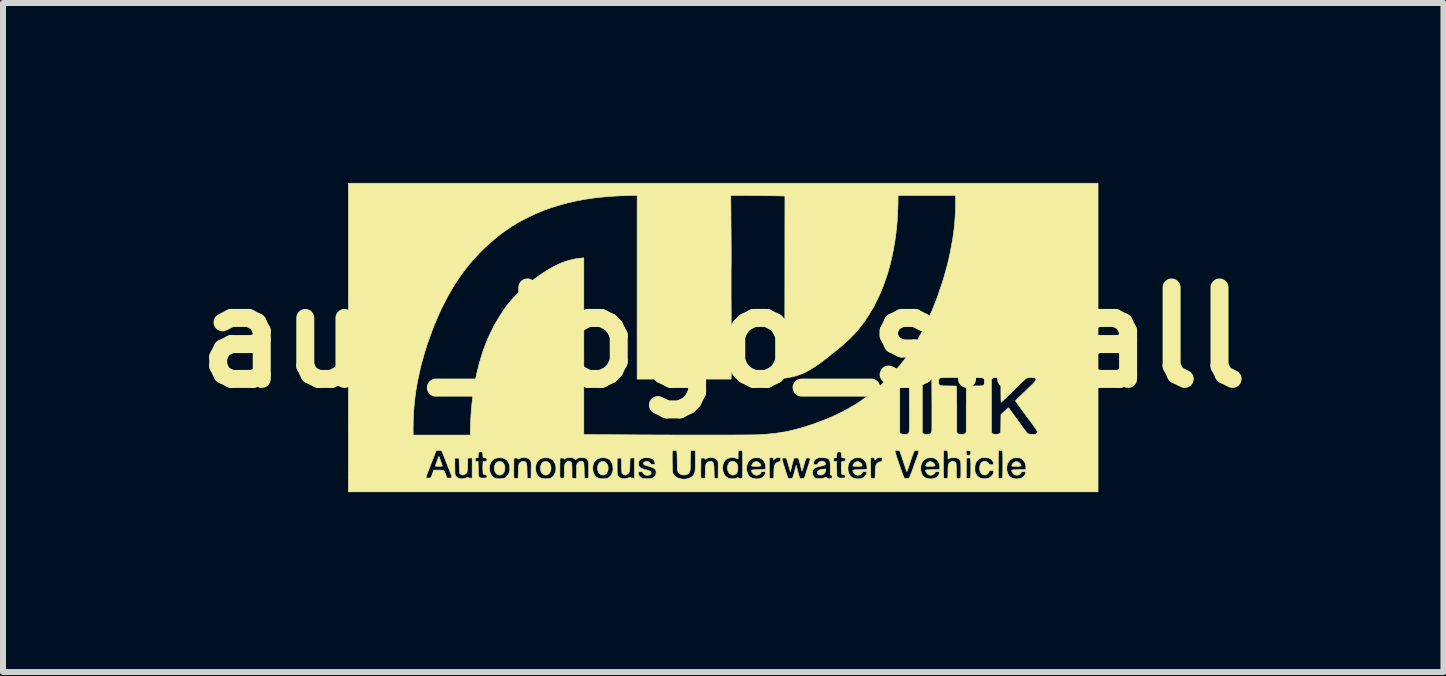
<source format=kicad_pcb>
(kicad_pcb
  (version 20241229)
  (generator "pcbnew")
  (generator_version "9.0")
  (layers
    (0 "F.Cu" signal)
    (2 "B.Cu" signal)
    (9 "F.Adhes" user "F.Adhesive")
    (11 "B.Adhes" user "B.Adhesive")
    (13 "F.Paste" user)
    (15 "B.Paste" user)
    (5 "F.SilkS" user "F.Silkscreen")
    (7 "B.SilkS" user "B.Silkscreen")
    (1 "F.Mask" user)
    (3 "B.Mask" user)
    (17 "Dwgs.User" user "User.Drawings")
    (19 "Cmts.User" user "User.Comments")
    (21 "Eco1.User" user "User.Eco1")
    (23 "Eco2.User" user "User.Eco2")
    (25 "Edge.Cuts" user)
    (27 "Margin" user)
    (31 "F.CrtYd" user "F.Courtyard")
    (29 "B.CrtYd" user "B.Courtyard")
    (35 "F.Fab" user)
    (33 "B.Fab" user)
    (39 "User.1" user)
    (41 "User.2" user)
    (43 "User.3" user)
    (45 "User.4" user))
  (footprint "auv_logo_small"
    (layer "F.Cu")
    (at 9.006 2.577)
    (property "Reference" "auv_logo_small" (at 0 0 0) (layer "F.SilkS") (effects (font (size 1.524 1.524) (thickness 0.3))))
    (attr through_hole)
    (fp_poly (pts (xy 1.708 2.211) (xy 1.702 2.239) (xy 1.687 2.263) (xy 1.664 2.281) (xy 1.637 2.291) (xy 1.609 2.291) (xy 1.589 2.285) (xy 1.575 2.271) (xy 1.57 2.253) (xy 1.574 2.232) (xy 1.576 2.229) (xy 1.588 2.216) (xy 1.608 2.206) (xy 1.638 2.198) (xy 1.668 2.194) (xy 1.708 2.19) (xy 1.708 2.211)) (stroke (width 0.01) (type solid)) (fill yes) (layer "F.SilkS"))
    (fp_poly (pts (xy 0.588 2.079) (xy 0.61 2.098) (xy 0.619 2.11) (xy 0.626 2.124) (xy 0.628 2.134) (xy 0.621 2.141) (xy 0.606 2.144) (xy 0.581 2.146) (xy 0.55 2.146) (xy 0.521 2.146) (xy 0.497 2.145) (xy 0.48 2.143) (xy 0.474 2.141) (xy 0.474 2.131) (xy 0.481 2.116) (xy 0.492 2.099) (xy 0.505 2.085) (xy 0.511 2.08) (xy 0.535 2.069) (xy 0.562 2.069) (xy 0.588 2.079)) (stroke (width 0.01) (type solid)) (fill yes) (layer "F.SilkS"))
    (fp_poly (pts (xy 2.277 2.079) (xy 2.3 2.098) (xy 2.308 2.11) (xy 2.315 2.124) (xy 2.317 2.134) (xy 2.311 2.141) (xy 2.296 2.144) (xy 2.271 2.146) (xy 2.239 2.146) (xy 2.21 2.146) (xy 2.186 2.145) (xy 2.169 2.143) (xy 2.163 2.141) (xy 2.163 2.131) (xy 2.17 2.116) (xy 2.181 2.099) (xy 2.194 2.085) (xy 2.2 2.08) (xy 2.224 2.069) (xy 2.251 2.069) (xy 2.277 2.079)) (stroke (width 0.01) (type solid)) (fill yes) (layer "F.SilkS"))
    (fp_poly (pts (xy 3.49 2.079) (xy 3.512 2.098) (xy 3.521 2.11) (xy 3.528 2.124) (xy 3.53 2.134) (xy 3.523 2.141) (xy 3.508 2.144) (xy 3.483 2.146) (xy 3.452 2.146) (xy 3.423 2.146) (xy 3.398 2.145) (xy 3.382 2.143) (xy 3.376 2.141) (xy 3.376 2.131) (xy 3.383 2.116) (xy 3.394 2.099) (xy 3.407 2.085) (xy 3.412 2.08) (xy 3.437 2.069) (xy 3.464 2.069) (xy 3.49 2.079)) (stroke (width 0.01) (type solid)) (fill yes) (layer "F.SilkS"))
    (fp_poly (pts (xy 4.925 2.079) (xy 4.947 2.098) (xy 4.956 2.11) (xy 4.963 2.124) (xy 4.965 2.134) (xy 4.958 2.141) (xy 4.944 2.144) (xy 4.918 2.146) (xy 4.887 2.146) (xy 4.858 2.146) (xy 4.834 2.145) (xy 4.817 2.143) (xy 4.811 2.141) (xy 4.811 2.131) (xy 4.818 2.116) (xy 4.829 2.099) (xy 4.842 2.085) (xy 4.848 2.08) (xy 4.872 2.069) (xy 4.899 2.069) (xy 4.925 2.079)) (stroke (width 0.01) (type solid)) (fill yes) (layer "F.SilkS"))
    (fp_poly (pts (xy -3.713 2.065) (xy -3.687 2.076) (xy -3.666 2.095) (xy -3.649 2.122) (xy -3.64 2.156) (xy -3.639 2.178) (xy -3.643 2.215) (xy -3.655 2.246) (xy -3.674 2.27) (xy -3.697 2.286) (xy -3.724 2.292) (xy -3.752 2.288) (xy -3.77 2.279) (xy -3.792 2.258) (xy -3.807 2.229) (xy -3.815 2.196) (xy -3.815 2.162) (xy -3.808 2.128) (xy -3.793 2.1) (xy -3.771 2.078) (xy -3.769 2.077) (xy -3.741 2.065) (xy -3.713 2.065)) (stroke (width 0.01) (type solid)) (fill yes) (layer "F.SilkS"))
    (fp_poly (pts (xy -2.944 2.065) (xy -2.919 2.076) (xy -2.897 2.095) (xy -2.881 2.122) (xy -2.872 2.156) (xy -2.87 2.178) (xy -2.875 2.215) (xy -2.887 2.246) (xy -2.906 2.27) (xy -2.929 2.286) (xy -2.955 2.292) (xy -2.983 2.288) (xy -3.002 2.279) (xy -3.024 2.258) (xy -3.039 2.229) (xy -3.046 2.196) (xy -3.047 2.162) (xy -3.039 2.128) (xy -3.025 2.1) (xy -3.003 2.078) (xy -3.001 2.077) (xy -2.972 2.065) (xy -2.944 2.065)) (stroke (width 0.01) (type solid)) (fill yes) (layer "F.SilkS"))
    (fp_poly (pts (xy -1.992 2.065) (xy -1.966 2.076) (xy -1.945 2.095) (xy -1.928 2.122) (xy -1.919 2.156) (xy -1.918 2.178) (xy -1.922 2.215) (xy -1.935 2.246) (xy -1.953 2.27) (xy -1.976 2.286) (xy -2.003 2.292) (xy -2.031 2.288) (xy -2.049 2.279) (xy -2.071 2.258) (xy -2.086 2.229) (xy -2.094 2.196) (xy -2.094 2.162) (xy -2.087 2.128) (xy -2.072 2.1) (xy -2.05 2.078) (xy -2.048 2.077) (xy -2.02 2.065) (xy -1.992 2.065)) (stroke (width 0.01) (type solid)) (fill yes) (layer "F.SilkS"))
    (fp_poly (pts (xy 0.189 2.07) (xy 0.213 2.086) (xy 0.229 2.106) (xy 0.238 2.122) (xy 0.242 2.139) (xy 0.244 2.161) (xy 0.244 2.178) (xy 0.242 2.216) (xy 0.233 2.245) (xy 0.217 2.267) (xy 0.199 2.28) (xy 0.171 2.292) (xy 0.143 2.29) (xy 0.116 2.276) (xy 0.109 2.27) (xy 0.088 2.244) (xy 0.075 2.212) (xy 0.07 2.178) (xy 0.073 2.144) (xy 0.084 2.113) (xy 0.101 2.087) (xy 0.126 2.068) (xy 0.137 2.064) (xy 0.162 2.061) (xy 0.189 2.07)) (stroke (width 0.01) (type solid)) (fill yes) (layer "F.SilkS"))
    (fp_poly (pts (xy -4.738 1.986) (xy -4.733 1.996) (xy -4.726 2.014) (xy -4.715 2.042) (xy -4.711 2.055) (xy -4.7 2.086) (xy -4.692 2.111) (xy -4.686 2.13) (xy -4.684 2.141) (xy -4.684 2.142) (xy -4.691 2.144) (xy -4.708 2.145) (xy -4.729 2.146) (xy -4.752 2.146) (xy -4.774 2.146) (xy -4.789 2.144) (xy -4.796 2.143) (xy -4.795 2.136) (xy -4.791 2.119) (xy -4.784 2.097) (xy -4.777 2.078) (xy -4.767 2.049) (xy -4.757 2.023) (xy -4.75 2.003) (xy -4.747 1.995) (xy -4.744 1.987) (xy -4.741 1.984) (xy -4.738 1.986)) (stroke (width 0.01) (type solid)) (fill yes) (layer "F.SilkS"))
    (fp_poly (pts (xy 6.248 2.572) (xy -6.248 2.572) (xy -6.248 2.33) (xy -4.953 2.33) (xy -4.952 2.337) (xy -4.947 2.341) (xy -4.936 2.343) (xy -4.915 2.342) (xy -4.913 2.342) (xy -4.874 2.34) (xy -4.849 2.275) (xy -4.824 2.21) (xy -4.743 2.21) (xy -4.708 2.21) (xy -4.684 2.211) (xy -4.667 2.214) (xy -4.656 2.221) (xy -4.647 2.235) (xy -4.638 2.256) (xy -4.627 2.286) (xy -4.607 2.34) (xy -4.567 2.342) (xy -4.544 2.342) (xy -4.531 2.34) (xy -4.524 2.335) (xy -4.524 2.334) (xy -4.524 2.325) (xy -4.529 2.306) (xy -4.538 2.281) (xy -4.549 2.251) (xy -4.552 2.243) (xy -4.564 2.212) (xy -4.58 2.172) (xy -4.598 2.127) (xy -4.616 2.08) (xy -4.634 2.034) (xy -4.636 2.029) (xy -4.643 2.01) (xy -4.474 2.01) (xy -4.474 2.146) (xy -4.473 2.192) (xy -4.473 2.227) (xy -4.472 2.252) (xy -4.471 2.271) (xy -4.469 2.284) (xy -4.466 2.294) (xy -4.462 2.303) (xy -4.461 2.305) (xy -4.44 2.329) (xy -4.411 2.345) (xy -4.377 2.354) (xy -4.34 2.354) (xy -4.302 2.346) (xy -4.288 2.34) (xy -4.269 2.332) (xy -4.258 2.33) (xy -4.253 2.332) (xy -4.252 2.334) (xy -4.243 2.34) (xy -4.224 2.343) (xy -4.217 2.343) (xy -4.185 2.343) (xy -4.185 2.035) (xy -4.134 2.035) (xy -4.133 2.052) (xy -4.13 2.061) (xy -4.12 2.064) (xy -4.11 2.065) (xy -4.086 2.067) (xy -4.08 2.313) (xy -4.062 2.328) (xy -4.052 2.336) (xy -4.041 2.34) (xy -4.026 2.342) (xy -4.004 2.342) (xy -3.992 2.342) (xy -3.966 2.341) (xy -3.951 2.339) (xy -3.943 2.336) (xy -3.939 2.33) (xy -3.938 2.322) (xy -3.94 2.302) (xy -3.952 2.29) (xy -3.972 2.286) (xy -3.992 2.282) (xy -4 2.274) (xy -4.003 2.262) (xy -4.005 2.241) (xy -4.006 2.214) (xy -4.007 2.183) (xy -4.007 2.16) (xy -3.897 2.16) (xy -3.896 2.206) (xy -3.886 2.252) (xy -3.867 2.292) (xy -3.84 2.323) (xy -3.806 2.344) (xy -3.8 2.346) (xy -3.778 2.351) (xy -3.749 2.354) (xy -3.716 2.354) (xy -3.684 2.352) (xy -3.657 2.347) (xy -3.642 2.342) (xy -3.608 2.317) (xy -3.583 2.284) (xy -3.565 2.244) (xy -3.562 2.227) (xy -3.491 2.227) (xy -3.491 2.269) (xy -3.491 2.3) (xy -3.49 2.321) (xy -3.488 2.335) (xy -3.486 2.343) (xy -3.485 2.344) (xy -3.474 2.347) (xy -3.456 2.348) (xy -3.448 2.348) (xy -3.419 2.346) (xy -3.416 2.235) (xy -3.415 2.192) (xy -3.413 2.16) (xy -3.411 2.137) (xy -3.408 2.121) (xy -3.404 2.109) (xy -3.402 2.104) (xy -3.384 2.082) (xy -3.36 2.068) (xy -3.334 2.063) (xy -3.308 2.067) (xy -3.303 2.069) (xy -3.294 2.076) (xy -3.286 2.084) (xy -3.281 2.096) (xy -3.277 2.113) (xy -3.274 2.138) (xy -3.272 2.171) (xy -3.271 2.215) (xy -3.27 2.226) (xy -3.267 2.346) (xy -3.204 2.346) (xy -3.202 2.21) (xy -3.201 2.164) (xy -3.201 2.16) (xy -3.128 2.16) (xy -3.128 2.206) (xy -3.118 2.252) (xy -3.098 2.292) (xy -3.071 2.323) (xy -3.037 2.344) (xy -3.032 2.346) (xy -3.01 2.351) (xy -2.98 2.354) (xy -2.948 2.354) (xy -2.916 2.352) (xy -2.889 2.347) (xy -2.873 2.342) (xy -2.84 2.317) (xy -2.814 2.284) (xy -2.804 2.26) (xy -2.723 2.26) (xy -2.723 2.289) (xy -2.722 2.31) (xy -2.721 2.324) (xy -2.719 2.333) (xy -2.716 2.339) (xy -2.714 2.342) (xy -2.694 2.349) (xy -2.672 2.347) (xy -2.66 2.343) (xy -2.656 2.34) (xy -2.652 2.334) (xy -2.65 2.325) (xy -2.649 2.309) (xy -2.648 2.286) (xy -2.648 2.253) (xy -2.648 2.23) (xy -2.648 2.19) (xy -2.647 2.161) (xy -2.646 2.14) (xy -2.644 2.126) (xy -2.641 2.115) (xy -2.637 2.107) (xy -2.633 2.101) (xy -2.618 2.083) (xy -2.599 2.069) (xy -2.597 2.068) (xy -2.581 2.06) (xy -2.569 2.059) (xy -2.556 2.064) (xy -2.544 2.071) (xy -2.536 2.079) (xy -2.53 2.091) (xy -2.525 2.108) (xy -2.523 2.131) (xy -2.522 2.164) (xy -2.521 2.207) (xy -2.521 2.221) (xy -2.521 2.337) (xy -2.506 2.344) (xy -2.488 2.348) (xy -2.467 2.347) (xy -2.445 2.343) (xy -2.445 2.23) (xy -2.445 2.189) (xy -2.444 2.159) (xy -2.443 2.137) (xy -2.441 2.121) (xy -2.438 2.11) (xy -2.434 2.101) (xy -2.432 2.097) (xy -2.414 2.076) (xy -2.391 2.064) (xy -2.367 2.061) (xy -2.344 2.068) (xy -2.333 2.078) (xy -2.328 2.083) (xy -2.325 2.092) (xy -2.323 2.105) (xy -2.321 2.124) (xy -2.32 2.151) (xy -2.318 2.188) (xy -2.318 2.215) (xy -2.315 2.34) (xy -2.297 2.346) (xy -2.272 2.348) (xy -2.262 2.346) (xy -2.245 2.34) (xy -2.243 2.206) (xy -2.243 2.161) (xy -2.243 2.16) (xy -2.176 2.16) (xy -2.175 2.206) (xy -2.165 2.252) (xy -2.146 2.292) (xy -2.119 2.323) (xy -2.085 2.344) (xy -2.08 2.346) (xy -2.057 2.351) (xy -2.028 2.354) (xy -1.995 2.354) (xy -1.963 2.352) (xy -1.936 2.347) (xy -1.921 2.342) (xy -1.887 2.317) (xy -1.862 2.284) (xy -1.845 2.244) (xy -1.836 2.199) (xy -1.838 2.151) (xy -1.844 2.118) (xy -1.861 2.077) (xy -1.885 2.044) (xy -1.918 2.021) (xy -1.922 2.018) (xy -1.949 2.01) (xy -1.768 2.01) (xy -1.768 2.146) (xy -1.768 2.192) (xy -1.768 2.227) (xy -1.767 2.252) (xy -1.766 2.271) (xy -1.764 2.284) (xy -1.761 2.294) (xy -1.757 2.303) (xy -1.756 2.305) (xy -1.735 2.329) (xy -1.706 2.345) (xy -1.672 2.354) (xy -1.635 2.354) (xy -1.597 2.346) (xy -1.583 2.34) (xy -1.564 2.332) (xy -1.553 2.33) (xy -1.548 2.332) (xy -1.547 2.334) (xy -1.538 2.34) (xy -1.519 2.343) (xy -1.512 2.343) (xy -1.48 2.343) (xy -1.48 2.257) (xy -1.416 2.257) (xy -1.413 2.277) (xy -1.404 2.3) (xy -1.385 2.322) (xy -1.362 2.34) (xy -1.346 2.348) (xy -1.33 2.351) (xy -1.305 2.353) (xy -1.275 2.354) (xy -1.26 2.354) (xy -1.228 2.352) (xy -1.204 2.349) (xy -1.186 2.345) (xy -1.17 2.338) (xy -1.144 2.32) (xy -1.128 2.297) (xy -1.12 2.266) (xy -1.119 2.261) (xy -1.119 2.231) (xy -1.127 2.206) (xy -1.144 2.186) (xy -1.171 2.169) (xy -1.208 2.155) (xy -1.238 2.146) (xy -1.277 2.135) (xy -1.305 2.125) (xy -1.322 2.115) (xy -1.329 2.104) (xy -1.328 2.091) (xy -1.323 2.084) (xy -1.307 2.071) (xy -1.285 2.066) (xy -1.261 2.067) (xy -1.238 2.075) (xy -1.22 2.089) (xy -1.216 2.096) (xy -1.209 2.107) (xy -1.201 2.112) (xy -1.186 2.114) (xy -1.171 2.115) (xy -1.137 2.115) (xy -1.137 2.094) (xy -1.142 2.068) (xy -1.156 2.043) (xy -1.176 2.023) (xy -1.178 2.022) (xy -1.199 2.013) (xy -1.229 2.006) (xy -1.263 2.003) (xy -1.298 2.003) (xy -1.324 2.006) (xy -1.351 2.014) (xy -1.371 2.026) (xy -1.386 2.038) (xy -1.399 2.053) (xy -1.406 2.065) (xy -1.409 2.08) (xy -1.41 2.102) (xy -1.409 2.124) (xy -1.406 2.139) (xy -1.399 2.151) (xy -1.389 2.162) (xy -1.376 2.173) (xy -1.359 2.182) (xy -1.336 2.191) (xy -1.305 2.2) (xy -1.267 2.209) (xy -1.236 2.219) (xy -1.214 2.233) (xy -1.203 2.248) (xy -1.203 2.265) (xy -1.212 2.279) (xy -1.233 2.292) (xy -1.259 2.297) (xy -1.287 2.294) (xy -1.312 2.284) (xy -1.331 2.268) (xy -1.337 2.257) (xy -1.344 2.244) (xy -1.351 2.238) (xy -1.365 2.235) (xy -1.378 2.235) (xy -1.401 2.237) (xy -1.412 2.243) (xy -1.416 2.257) (xy -1.48 2.257) (xy -1.48 2.006) (xy -1.516 2.008) (xy -1.553 2.01) (xy -1.556 2.121) (xy -1.557 2.163) (xy -1.559 2.194) (xy -1.561 2.217) (xy -1.563 2.232) (xy -1.567 2.243) (xy -1.57 2.25) (xy -1.585 2.267) (xy -1.605 2.281) (xy -1.624 2.29) (xy -1.634 2.292) (xy -1.651 2.288) (xy -1.67 2.279) (xy -1.684 2.267) (xy -1.687 2.262) (xy -1.689 2.253) (xy -1.691 2.232) (xy -1.692 2.204) (xy -1.694 2.169) (xy -1.695 2.131) (xy -1.695 2.13) (xy -1.699 2.01) (xy -1.768 2.01) (xy -1.949 2.01) (xy -1.956 2.007) (xy -1.996 2.003) (xy -2.037 2.005) (xy -2.075 2.013) (xy -2.092 2.02) (xy -2.125 2.043) (xy -2.15 2.075) (xy -2.167 2.115) (xy -2.176 2.16) (xy -2.243 2.16) (xy -2.243 2.126) (xy -2.243 2.1) (xy -2.244 2.082) (xy -2.247 2.068) (xy -2.25 2.058) (xy -2.253 2.052) (xy -2.266 2.031) (xy -2.281 2.017) (xy -2.301 2.008) (xy -2.33 2.004) (xy -2.358 2.003) (xy -2.387 2.004) (xy -2.406 2.005) (xy -2.419 2.008) (xy -2.431 2.014) (xy -2.44 2.021) (xy -2.455 2.031) (xy -2.464 2.034) (xy -2.468 2.03) (xy -2.483 2.016) (xy -2.506 2.007) (xy -2.535 2.001) (xy -2.566 2) (xy -2.596 2.003) (xy -2.622 2.012) (xy -2.624 2.013) (xy -2.642 2.022) (xy -2.65 2.025) (xy -2.654 2.022) (xy -2.654 2.016) (xy -2.657 2.01) (xy -2.666 2.008) (xy -2.685 2.008) (xy -2.688 2.008) (xy -2.721 2.01) (xy -2.723 2.172) (xy -2.723 2.222) (xy -2.723 2.26) (xy -2.804 2.26) (xy -2.797 2.244) (xy -2.789 2.199) (xy -2.79 2.151) (xy -2.797 2.118) (xy -2.813 2.077) (xy -2.837 2.044) (xy -2.87 2.021) (xy -2.875 2.018) (xy -2.909 2.007) (xy -2.949 2.003) (xy -2.99 2.005) (xy -3.028 2.013) (xy -3.045 2.02) (xy -3.077 2.043) (xy -3.103 2.075) (xy -3.12 2.115) (xy -3.128 2.16) (xy -3.201 2.16) (xy -3.201 2.129) (xy -3.202 2.103) (xy -3.203 2.084) (xy -3.205 2.07) (xy -3.208 2.06) (xy -3.212 2.052) (xy -3.212 2.051) (xy -3.23 2.029) (xy -3.258 2.012) (xy -3.291 2.002) (xy -3.327 1.999) (xy -3.363 2.004) (xy -3.393 2.015) (xy -3.41 2.023) (xy -3.419 2.026) (xy -3.423 2.023) (xy -3.425 2.018) (xy -3.429 2.011) (xy -3.438 2.008) (xy -3.456 2.008) (xy -3.459 2.008) (xy -3.489 2.01) (xy -3.491 2.174) (xy -3.491 2.227) (xy -3.562 2.227) (xy -3.557 2.199) (xy -3.559 2.151) (xy -3.565 2.118) (xy -3.581 2.077) (xy -3.606 2.044) (xy -3.639 2.021) (xy -3.643 2.018) (xy -3.677 2.007) (xy -3.717 2.003) (xy -3.758 2.005) (xy -3.796 2.013) (xy -3.813 2.02) (xy -3.846 2.043) (xy -3.871 2.075) (xy -3.888 2.115) (xy -3.897 2.16) (xy -4.007 2.16) (xy -4.007 2.151) (xy -4.006 2.121) (xy -4.004 2.096) (xy -4.002 2.078) (xy -3.999 2.071) (xy -3.988 2.066) (xy -3.971 2.064) (xy -3.968 2.064) (xy -3.948 2.06) (xy -3.939 2.048) (xy -3.938 2.028) (xy -3.94 2.022) (xy -3.944 2.012) (xy -3.955 2.007) (xy -3.968 2.007) (xy -3.987 2.005) (xy -3.999 1.998) (xy -4.005 1.983) (xy -4.006 1.969) (xy -0.85 1.969) (xy -0.85 2.011) (xy -0.85 2.065) (xy -0.85 2.068) (xy -0.849 2.12) (xy -0.848 2.161) (xy -0.848 2.193) (xy -0.846 2.217) (xy -0.845 2.234) (xy -0.843 2.247) (xy -0.84 2.257) (xy -0.837 2.265) (xy -0.834 2.271) (xy -0.815 2.299) (xy -0.791 2.321) (xy -0.761 2.338) (xy -0.721 2.352) (xy -0.695 2.358) (xy -0.662 2.361) (xy -0.623 2.359) (xy -0.602 2.355) (xy -0.559 2.342) (xy -0.525 2.323) (xy -0.503 2.302) (xy -0.492 2.289) (xy -0.483 2.274) (xy -0.476 2.257) (xy -0.471 2.236) (xy -0.47 2.227) (xy -0.374 2.227) (xy -0.374 2.269) (xy -0.373 2.3) (xy -0.372 2.321) (xy -0.37 2.335) (xy -0.368 2.343) (xy -0.367 2.344) (xy -0.356 2.347) (xy -0.338 2.348) (xy -0.33 2.348) (xy -0.302 2.346) (xy -0.298 2.235) (xy -0.297 2.192) (xy -0.295 2.16) (xy -0.293 2.137) (xy -0.29 2.121) (xy -0.287 2.109) (xy -0.284 2.104) (xy -0.266 2.082) (xy -0.242 2.068) (xy -0.216 2.063) (xy -0.19 2.067) (xy -0.186 2.069) (xy -0.176 2.076) (xy -0.168 2.084) (xy -0.163 2.096) (xy -0.159 2.113) (xy -0.156 2.138) (xy -0.154 2.171) (xy -0.153 2.215) (xy -0.152 2.226) (xy -0.149 2.346) (xy -0.086 2.346) (xy -0.084 2.21) (xy -0.084 2.164) (xy -0.084 2.151) (xy -0.009 2.151) (xy -0.009 2.199) (xy -0.007 2.216) (xy 0.006 2.263) (xy 0.028 2.3) (xy 0.058 2.329) (xy 0.092 2.347) (xy 0.116 2.352) (xy 0.146 2.354) (xy 0.178 2.352) (xy 0.207 2.348) (xy 0.226 2.341) (xy 0.24 2.335) (xy 0.248 2.337) (xy 0.253 2.341) (xy 0.266 2.347) (xy 0.286 2.349) (xy 0.305 2.346) (xy 0.312 2.343) (xy 0.315 2.341) (xy 0.317 2.337) (xy 0.32 2.331) (xy 0.321 2.32) (xy 0.322 2.304) (xy 0.323 2.282) (xy 0.323 2.252) (xy 0.324 2.212) (xy 0.324 2.166) (xy 0.389 2.166) (xy 0.392 2.218) (xy 0.394 2.225) (xy 0.407 2.271) (xy 0.429 2.307) (xy 0.459 2.333) (xy 0.497 2.349) (xy 0.543 2.356) (xy 0.549 2.356) (xy 0.576 2.355) (xy 0.601 2.352) (xy 0.618 2.349) (xy 0.646 2.336) (xy 0.671 2.316) (xy 0.691 2.291) (xy 0.703 2.264) (xy 0.705 2.248) (xy 0.703 2.241) (xy 0.697 2.237) (xy 0.682 2.235) (xy 0.671 2.235) (xy 0.65 2.236) (xy 0.638 2.239) (xy 0.63 2.247) (xy 0.623 2.258) (xy 0.604 2.28) (xy 0.579 2.292) (xy 0.552 2.295) (xy 0.525 2.288) (xy 0.501 2.273) (xy 0.482 2.248) (xy 0.48 2.244) (xy 0.474 2.231) (xy 0.471 2.221) (xy 0.473 2.213) (xy 0.482 2.209) (xy 0.497 2.205) (xy 0.522 2.204) (xy 0.557 2.203) (xy 0.592 2.202) (xy 0.708 2.2) (xy 0.708 2.159) (xy 0.703 2.114) (xy 0.687 2.074) (xy 0.662 2.041) (xy 0.639 2.023) (xy 0.621 2.013) (xy 0.609 2.008) (xy 0.768 2.008) (xy 0.768 2.175) (xy 0.769 2.219) (xy 0.769 2.26) (xy 0.77 2.294) (xy 0.77 2.321) (xy 0.772 2.339) (xy 0.773 2.345) (xy 0.782 2.348) (xy 0.798 2.349) (xy 0.817 2.349) (xy 0.832 2.346) (xy 0.835 2.346) (xy 0.838 2.342) (xy 0.841 2.335) (xy 0.843 2.322) (xy 0.844 2.3) (xy 0.845 2.269) (xy 0.845 2.249) (xy 0.846 2.198) (xy 0.85 2.159) (xy 0.857 2.129) (xy 0.868 2.106) (xy 0.884 2.09) (xy 0.906 2.079) (xy 0.926 2.073) (xy 0.956 2.066) (xy 0.958 2.033) (xy 0.959 2.017) (xy 0.98 2.017) (xy 0.981 2.025) (xy 0.985 2.043) (xy 0.992 2.07) (xy 1.002 2.102) (xy 1.013 2.139) (xy 1.024 2.177) (xy 1.037 2.216) (xy 1.049 2.253) (xy 1.06 2.286) (xy 1.069 2.313) (xy 1.076 2.332) (xy 1.081 2.342) (xy 1.081 2.342) (xy 1.091 2.346) (xy 1.108 2.349) (xy 1.128 2.349) (xy 1.146 2.347) (xy 1.154 2.344) (xy 1.158 2.337) (xy 1.164 2.319) (xy 1.172 2.293) (xy 1.182 2.261) (xy 1.189 2.234) (xy 1.216 2.128) (xy 1.243 2.234) (xy 1.253 2.269) (xy 1.261 2.299) (xy 1.269 2.324) (xy 1.275 2.339) (xy 1.278 2.344) (xy 1.291 2.348) (xy 1.309 2.349) (xy 1.329 2.348) (xy 1.345 2.345) (xy 1.351 2.342) (xy 1.356 2.33) (xy 1.363 2.313) (xy 1.363 2.311) (xy 1.367 2.299) (xy 1.374 2.276) (xy 1.384 2.246) (xy 1.385 2.241) (xy 1.487 2.241) (xy 1.489 2.275) (xy 1.496 2.298) (xy 1.51 2.322) (xy 1.531 2.339) (xy 1.56 2.349) (xy 1.588 2.353) (xy 1.621 2.352) (xy 1.654 2.348) (xy 1.682 2.34) (xy 1.689 2.337) (xy 1.704 2.33) (xy 1.713 2.328) (xy 1.719 2.333) (xy 1.723 2.337) (xy 1.742 2.351) (xy 1.769 2.355) (xy 1.79 2.352) (xy 1.805 2.347) (xy 1.812 2.338) (xy 1.815 2.323) (xy 1.815 2.306) (xy 1.81 2.297) (xy 1.801 2.292) (xy 1.784 2.286) (xy 1.784 2.178) (xy 1.784 2.131) (xy 1.783 2.096) (xy 1.78 2.069) (xy 1.775 2.05) (xy 1.768 2.036) (xy 1.767 2.035) (xy 1.841 2.035) (xy 1.842 2.052) (xy 1.846 2.061) (xy 1.855 2.064) (xy 1.865 2.065) (xy 1.889 2.067) (xy 1.895 2.313) (xy 1.914 2.328) (xy 1.924 2.336) (xy 1.934 2.34) (xy 1.949 2.342) (xy 1.971 2.342) (xy 1.983 2.342) (xy 2.009 2.341) (xy 2.024 2.339) (xy 2.032 2.336) (xy 2.036 2.33) (xy 2.037 2.322) (xy 2.035 2.302) (xy 2.023 2.29) (xy 2.003 2.286) (xy 1.984 2.282) (xy 1.975 2.274) (xy 1.972 2.262) (xy 1.97 2.241) (xy 1.969 2.214) (xy 1.968 2.183) (xy 1.969 2.166) (xy 2.078 2.166) (xy 2.081 2.218) (xy 2.083 2.225) (xy 2.096 2.271) (xy 2.118 2.307) (xy 2.148 2.333) (xy 2.186 2.349) (xy 2.232 2.356) (xy 2.238 2.356) (xy 2.265 2.355) (xy 2.29 2.352) (xy 2.307 2.349) (xy 2.335 2.336) (xy 2.36 2.316) (xy 2.38 2.291) (xy 2.392 2.264) (xy 2.394 2.248) (xy 2.392 2.241) (xy 2.386 2.237) (xy 2.371 2.235) (xy 2.36 2.235) (xy 2.339 2.236) (xy 2.327 2.239) (xy 2.319 2.247) (xy 2.312 2.258) (xy 2.293 2.28) (xy 2.268 2.292) (xy 2.241 2.295) (xy 2.214 2.288) (xy 2.19 2.273) (xy 2.171 2.248) (xy 2.169 2.244) (xy 2.163 2.231) (xy 2.16 2.221) (xy 2.162 2.213) (xy 2.171 2.209) (xy 2.187 2.205) (xy 2.211 2.204) (xy 2.246 2.203) (xy 2.281 2.202) (xy 2.397 2.2) (xy 2.397 2.159) (xy 2.392 2.114) (xy 2.376 2.074) (xy 2.351 2.041) (xy 2.328 2.023) (xy 2.31 2.013) (xy 2.298 2.008) (xy 2.457 2.008) (xy 2.457 2.175) (xy 2.458 2.219) (xy 2.458 2.26) (xy 2.459 2.294) (xy 2.46 2.321) (xy 2.461 2.339) (xy 2.462 2.345) (xy 2.471 2.348) (xy 2.487 2.349) (xy 2.506 2.349) (xy 2.521 2.346) (xy 2.524 2.346) (xy 2.528 2.342) (xy 2.53 2.335) (xy 2.532 2.322) (xy 2.533 2.3) (xy 2.534 2.269) (xy 2.534 2.249) (xy 2.535 2.198) (xy 2.539 2.159) (xy 2.546 2.129) (xy 2.557 2.106) (xy 2.573 2.09) (xy 2.595 2.079) (xy 2.615 2.073) (xy 2.645 2.066) (xy 2.647 2.033) (xy 2.649 2) (xy 2.616 2) (xy 2.586 2.003) (xy 2.563 2.011) (xy 2.542 2.028) (xy 2.527 2.041) (xy 2.527 2.024) (xy 2.524 2.011) (xy 2.513 2.005) (xy 2.509 2.004) (xy 2.489 2.002) (xy 2.474 2.004) (xy 2.457 2.008) (xy 2.298 2.008) (xy 2.295 2.007) (xy 2.278 2.004) (xy 2.253 2.004) (xy 2.245 2.004) (xy 2.214 2.005) (xy 2.192 2.008) (xy 2.173 2.015) (xy 2.169 2.017) (xy 2.131 2.044) (xy 2.104 2.078) (xy 2.086 2.119) (xy 2.078 2.166) (xy 1.969 2.166) (xy 1.969 2.151) (xy 1.97 2.121) (xy 1.971 2.096) (xy 1.974 2.078) (xy 1.976 2.071) (xy 1.987 2.066) (xy 2.004 2.064) (xy 2.007 2.064) (xy 2.027 2.06) (xy 2.037 2.048) (xy 2.037 2.028) (xy 2.036 2.022) (xy 2.031 2.012) (xy 2.021 2.007) (xy 2.008 2.007) (xy 1.989 2.005) (xy 1.977 1.998) (xy 1.971 1.983) (xy 1.969 1.959) (xy 1.968 1.952) (xy 1.968 1.928) (xy 1.963 1.914) (xy 1.953 1.907) (xy 1.935 1.905) (xy 1.927 1.905) (xy 1.911 1.907) (xy 1.901 1.914) (xy 1.895 1.929) (xy 1.892 1.953) (xy 1.891 1.962) (xy 1.889 2.003) (xy 1.865 2.005) (xy 1.851 2.007) (xy 1.844 2.012) (xy 1.842 2.024) (xy 1.841 2.035) (xy 1.767 2.035) (xy 1.758 2.025) (xy 1.745 2.016) (xy 1.724 2.009) (xy 1.696 2.003) (xy 1.662 2.001) (xy 1.628 2.001) (xy 1.597 2.003) (xy 1.573 2.009) (xy 1.572 2.009) (xy 1.54 2.026) (xy 1.519 2.049) (xy 1.509 2.077) (xy 1.509 2.088) (xy 1.508 2.118) (xy 1.538 2.12) (xy 1.557 2.12) (xy 1.567 2.117) (xy 1.574 2.108) (xy 1.579 2.099) (xy 1.595 2.078) (xy 1.618 2.064) (xy 1.644 2.059) (xy 1.669 2.063) (xy 1.691 2.077) (xy 1.694 2.08) (xy 1.705 2.097) (xy 1.707 2.11) (xy 1.698 2.122) (xy 1.677 2.131) (xy 1.645 2.14) (xy 1.629 2.143) (xy 1.584 2.153) (xy 1.55 2.163) (xy 1.525 2.175) (xy 1.508 2.19) (xy 1.498 2.206) (xy 1.487 2.241) (xy 1.385 2.241) (xy 1.395 2.21) (xy 1.408 2.17) (xy 1.412 2.157) (xy 1.427 2.111) (xy 1.437 2.076) (xy 1.444 2.05) (xy 1.448 2.032) (xy 1.449 2.021) (xy 1.447 2.016) (xy 1.447 2.015) (xy 1.436 2.01) (xy 1.419 2.007) (xy 1.4 2.007) (xy 1.385 2.011) (xy 1.38 2.015) (xy 1.377 2.023) (xy 1.371 2.042) (xy 1.362 2.068) (xy 1.353 2.1) (xy 1.345 2.127) (xy 1.336 2.161) (xy 1.327 2.189) (xy 1.319 2.209) (xy 1.314 2.221) (xy 1.312 2.223) (xy 1.309 2.213) (xy 1.304 2.194) (xy 1.297 2.167) (xy 1.289 2.136) (xy 1.285 2.121) (xy 1.277 2.088) (xy 1.269 2.058) (xy 1.262 2.035) (xy 1.258 2.021) (xy 1.256 2.018) (xy 1.249 2.011) (xy 1.235 2.007) (xy 1.216 2.007) (xy 1.195 2.008) (xy 1.18 2.012) (xy 1.177 2.014) (xy 1.174 2.023) (xy 1.169 2.041) (xy 1.161 2.068) (xy 1.153 2.1) (xy 1.146 2.129) (xy 1.12 2.236) (xy 1.089 2.129) (xy 1.079 2.094) (xy 1.07 2.062) (xy 1.062 2.037) (xy 1.056 2.021) (xy 1.053 2.015) (xy 1.042 2.009) (xy 1.025 2.006) (xy 1.005 2.007) (xy 0.989 2.01) (xy 0.98 2.016) (xy 0.98 2.017) (xy 0.959 2.017) (xy 0.96 2) (xy 0.927 2) (xy 0.897 2.003) (xy 0.874 2.011) (xy 0.852 2.028) (xy 0.838 2.041) (xy 0.838 2.024) (xy 0.835 2.011) (xy 0.824 2.005) (xy 0.82 2.004) (xy 0.8 2.002) (xy 0.785 2.004) (xy 0.768 2.008) (xy 0.609 2.008) (xy 0.606 2.007) (xy 0.589 2.004) (xy 0.564 2.004) (xy 0.556 2.004) (xy 0.525 2.005) (xy 0.502 2.008) (xy 0.484 2.015) (xy 0.479 2.017) (xy 0.442 2.044) (xy 0.415 2.078) (xy 0.397 2.119) (xy 0.389 2.166) (xy 0.324 2.166) (xy 0.324 2.163) (xy 0.324 2.116) (xy 0.324 2.052) (xy 0.323 2) (xy 0.323 1.959) (xy 0.322 1.928) (xy 0.32 1.906) (xy 0.319 1.899) (xy 2.865 1.899) (xy 2.867 1.908) (xy 2.872 1.928) (xy 2.881 1.956) (xy 2.892 1.991) (xy 2.905 2.031) (xy 2.92 2.074) (xy 2.935 2.119) (xy 2.951 2.164) (xy 2.966 2.208) (xy 2.98 2.248) (xy 2.993 2.283) (xy 3.004 2.311) (xy 3.012 2.331) (xy 3.017 2.341) (xy 3.017 2.341) (xy 3.028 2.346) (xy 3.047 2.349) (xy 3.068 2.349) (xy 3.088 2.347) (xy 3.1 2.342) (xy 3.105 2.334) (xy 3.113 2.315) (xy 3.124 2.288) (xy 3.137 2.255) (xy 3.152 2.215) (xy 3.165 2.178) (xy 3.17 2.166) (xy 3.291 2.166) (xy 3.294 2.218) (xy 3.296 2.225) (xy 3.309 2.271) (xy 3.331 2.307) (xy 3.361 2.333) (xy 3.399 2.349) (xy 3.444 2.356) (xy 3.451 2.356) (xy 3.478 2.355) (xy 3.503 2.352) (xy 3.52 2.349) (xy 3.548 2.336) (xy 3.573 2.316) (xy 3.593 2.291) (xy 3.605 2.264) (xy 3.607 2.248) (xy 3.605 2.241) (xy 3.599 2.237) (xy 3.584 2.235) (xy 3.573 2.235) (xy 3.552 2.236) (xy 3.54 2.239) (xy 3.532 2.247) (xy 3.525 2.258) (xy 3.505 2.28) (xy 3.481 2.292) (xy 3.454 2.295) (xy 3.427 2.288) (xy 3.403 2.273) (xy 3.384 2.248) (xy 3.382 2.244) (xy 3.376 2.231) (xy 3.373 2.221) (xy 3.375 2.213) (xy 3.384 2.209) (xy 3.399 2.205) (xy 3.424 2.204) (xy 3.459 2.203) (xy 3.494 2.202) (xy 3.61 2.2) (xy 3.61 2.159) (xy 3.605 2.114) (xy 3.603 2.11) (xy 3.67 2.11) (xy 3.67 2.157) (xy 3.67 2.202) (xy 3.671 2.244) (xy 3.672 2.281) (xy 3.674 2.311) (xy 3.675 2.333) (xy 3.677 2.344) (xy 3.678 2.345) (xy 3.693 2.348) (xy 3.714 2.349) (xy 3.732 2.347) (xy 3.736 2.346) (xy 3.74 2.343) (xy 3.743 2.336) (xy 3.745 2.323) (xy 3.746 2.302) (xy 3.746 2.273) (xy 3.747 2.239) (xy 3.747 2.191) (xy 3.749 2.154) (xy 3.753 2.126) (xy 3.76 2.105) (xy 3.77 2.09) (xy 3.783 2.078) (xy 3.8 2.07) (xy 3.818 2.062) (xy 3.831 2.06) (xy 3.844 2.064) (xy 3.851 2.066) (xy 3.867 2.076) (xy 3.879 2.087) (xy 3.879 2.088) (xy 3.882 2.1) (xy 3.884 2.122) (xy 3.885 2.155) (xy 3.886 2.196) (xy 3.886 2.218) (xy 3.886 2.262) (xy 3.887 2.295) (xy 3.889 2.318) (xy 3.892 2.334) (xy 3.897 2.343) (xy 3.904 2.348) (xy 3.914 2.349) (xy 3.922 2.349) (xy 3.935 2.349) (xy 3.945 2.348) (xy 3.952 2.345) (xy 3.957 2.337) (xy 3.96 2.323) (xy 3.962 2.302) (xy 3.962 2.271) (xy 3.962 2.256) (xy 4.052 2.256) (xy 4.053 2.291) (xy 4.053 2.318) (xy 4.054 2.335) (xy 4.054 2.341) (xy 4.062 2.347) (xy 4.078 2.349) (xy 4.096 2.349) (xy 4.112 2.346) (xy 4.12 2.342) (xy 4.122 2.335) (xy 4.125 2.32) (xy 4.126 2.295) (xy 4.127 2.261) (xy 4.127 2.215) (xy 4.128 2.178) (xy 4.127 2.169) (xy 4.195 2.169) (xy 4.195 2.205) (xy 4.198 2.237) (xy 4.203 2.256) (xy 4.222 2.293) (xy 4.25 2.322) (xy 4.286 2.342) (xy 4.328 2.353) (xy 4.375 2.354) (xy 4.407 2.349) (xy 4.44 2.336) (xy 4.469 2.315) (xy 4.491 2.287) (xy 4.505 2.257) (xy 4.508 2.234) (xy 4.508 2.224) (xy 4.503 2.218) (xy 4.493 2.216) (xy 4.474 2.216) (xy 4.439 2.216) (xy 4.427 2.244) (xy 4.409 2.271) (xy 4.386 2.287) (xy 4.357 2.291) (xy 4.348 2.29) (xy 4.328 2.285) (xy 4.312 2.277) (xy 4.31 2.275) (xy 4.29 2.249) (xy 4.278 2.216) (xy 4.277 2.209) (xy 4.586 2.209) (xy 4.586 2.252) (xy 4.586 2.289) (xy 4.586 2.317) (xy 4.587 2.335) (xy 4.588 2.342) (xy 4.596 2.347) (xy 4.613 2.349) (xy 4.619 2.349) (xy 4.639 2.348) (xy 4.651 2.342) (xy 4.654 2.337) (xy 4.656 2.327) (xy 4.658 2.305) (xy 4.659 2.271) (xy 4.66 2.227) (xy 4.661 2.172) (xy 4.661 2.166) (xy 4.726 2.166) (xy 4.729 2.218) (xy 4.731 2.225) (xy 4.744 2.271) (xy 4.766 2.307) (xy 4.796 2.333) (xy 4.834 2.349) (xy 4.88 2.356) (xy 4.886 2.356) (xy 4.913 2.355) (xy 4.938 2.352) (xy 4.955 2.349) (xy 4.983 2.336) (xy 5.008 2.316) (xy 5.028 2.291) (xy 5.04 2.264) (xy 5.042 2.248) (xy 5.04 2.241) (xy 5.034 2.237) (xy 5.019 2.235) (xy 5.008 2.235) (xy 4.987 2.236) (xy 4.975 2.239) (xy 4.967 2.247) (xy 4.96 2.258) (xy 4.941 2.28) (xy 4.916 2.292) (xy 4.889 2.295) (xy 4.862 2.288) (xy 4.838 2.273) (xy 4.819 2.248) (xy 4.817 2.244) (xy 4.811 2.231) (xy 4.808 2.221) (xy 4.81 2.213) (xy 4.819 2.209) (xy 4.834 2.205) (xy 4.859 2.204) (xy 4.894 2.203) (xy 4.929 2.202) (xy 5.045 2.2) (xy 5.045 2.159) (xy 5.04 2.114) (xy 5.024 2.074) (xy 4.999 2.041) (xy 4.976 2.023) (xy 4.958 2.013) (xy 4.943 2.007) (xy 4.926 2.004) (xy 4.901 2.004) (xy 4.893 2.004) (xy 4.862 2.005) (xy 4.84 2.008) (xy 4.821 2.015) (xy 4.816 2.017) (xy 4.779 2.044) (xy 4.752 2.078) (xy 4.734 2.119) (xy 4.726 2.166) (xy 4.661 2.166) (xy 4.661 2.109) (xy 4.661 2.049) (xy 4.661 2) (xy 4.66 1.962) (xy 4.659 1.932) (xy 4.657 1.911) (xy 4.654 1.896) (xy 4.65 1.887) (xy 4.644 1.882) (xy 4.636 1.88) (xy 4.626 1.88) (xy 4.615 1.881) (xy 4.588 1.883) (xy 4.586 2.108) (xy 4.586 2.161) (xy 4.586 2.209) (xy 4.277 2.209) (xy 4.273 2.179) (xy 4.277 2.143) (xy 4.289 2.109) (xy 4.304 2.087) (xy 4.329 2.069) (xy 4.355 2.061) (xy 4.382 2.064) (xy 4.406 2.077) (xy 4.423 2.099) (xy 4.431 2.111) (xy 4.439 2.118) (xy 4.451 2.12) (xy 4.472 2.121) (xy 4.473 2.121) (xy 4.51 2.121) (xy 4.506 2.098) (xy 4.496 2.067) (xy 4.477 2.039) (xy 4.452 2.019) (xy 4.447 2.016) (xy 4.423 2.008) (xy 4.391 2.003) (xy 4.356 2.001) (xy 4.323 2.002) (xy 4.299 2.007) (xy 4.27 2.02) (xy 4.243 2.042) (xy 4.22 2.07) (xy 4.205 2.101) (xy 4.203 2.105) (xy 4.198 2.134) (xy 4.195 2.169) (xy 4.127 2.169) (xy 4.127 2.126) (xy 4.127 2.086) (xy 4.126 2.056) (xy 4.124 2.035) (xy 4.121 2.02) (xy 4.115 2.012) (xy 4.108 2.008) (xy 4.098 2.007) (xy 4.085 2.008) (xy 4.082 2.008) (xy 4.054 2.01) (xy 4.053 2.172) (xy 4.052 2.216) (xy 4.052 2.256) (xy 3.962 2.256) (xy 3.962 2.231) (xy 3.962 2.211) (xy 3.962 2.166) (xy 3.962 2.131) (xy 3.961 2.105) (xy 3.959 2.086) (xy 3.957 2.072) (xy 3.953 2.061) (xy 3.95 2.052) (xy 3.933 2.027) (xy 3.907 2.011) (xy 3.873 2.002) (xy 3.833 2.001) (xy 3.807 2.004) (xy 3.783 2.009) (xy 3.767 2.014) (xy 3.747 2.025) (xy 3.747 1.96) (xy 3.746 1.925) (xy 3.743 1.9) (xy 3.739 1.888) (xy 3.739 1.887) (xy 3.736 1.886) (xy 4.051 1.886) (xy 4.051 1.92) (xy 4.052 1.94) (xy 4.054 1.954) (xy 4.056 1.958) (xy 4.066 1.961) (xy 4.083 1.962) (xy 4.101 1.961) (xy 4.116 1.957) (xy 4.12 1.955) (xy 4.125 1.942) (xy 4.127 1.924) (xy 4.126 1.904) (xy 4.124 1.896) (xy 4.117 1.89) (xy 4.103 1.887) (xy 4.086 1.886) (xy 4.051 1.886) (xy 3.736 1.886) (xy 3.726 1.882) (xy 3.708 1.88) (xy 3.69 1.882) (xy 3.678 1.887) (xy 3.676 1.896) (xy 3.674 1.915) (xy 3.672 1.943) (xy 3.671 1.978) (xy 3.67 2.019) (xy 3.67 2.063) (xy 3.67 2.11) (xy 3.603 2.11) (xy 3.589 2.074) (xy 3.564 2.041) (xy 3.541 2.023) (xy 3.523 2.013) (xy 3.508 2.007) (xy 3.491 2.004) (xy 3.466 2.004) (xy 3.458 2.004) (xy 3.427 2.005) (xy 3.404 2.008) (xy 3.386 2.015) (xy 3.381 2.017) (xy 3.344 2.044) (xy 3.317 2.078) (xy 3.299 2.119) (xy 3.291 2.166) (xy 3.17 2.166) (xy 3.181 2.133) (xy 3.197 2.088) (xy 3.212 2.047) (xy 3.225 2.011) (xy 3.235 1.983) (xy 3.239 1.97) (xy 3.248 1.944) (xy 3.254 1.921) (xy 3.256 1.904) (xy 3.256 1.9) (xy 3.254 1.889) (xy 3.247 1.884) (xy 3.232 1.881) (xy 3.226 1.881) (xy 3.205 1.882) (xy 3.189 1.886) (xy 3.187 1.887) (xy 3.182 1.895) (xy 3.174 1.914) (xy 3.164 1.941) (xy 3.151 1.976) (xy 3.137 2.016) (xy 3.122 2.06) (xy 3.12 2.065) (xy 3.106 2.109) (xy 3.092 2.149) (xy 3.081 2.183) (xy 3.071 2.21) (xy 3.065 2.227) (xy 3.061 2.235) (xy 3.061 2.235) (xy 3.058 2.229) (xy 3.052 2.213) (xy 3.043 2.188) (xy 3.032 2.155) (xy 3.019 2.116) (xy 3.005 2.073) (xy 3.004 2.069) (xy 2.989 2.025) (xy 2.976 1.985) (xy 2.963 1.949) (xy 2.953 1.921) (xy 2.946 1.901) (xy 2.941 1.891) (xy 2.941 1.891) (xy 2.933 1.884) (xy 2.921 1.881) (xy 2.9 1.881) (xy 2.9 1.881) (xy 2.88 1.883) (xy 2.87 1.886) (xy 2.866 1.893) (xy 2.865 1.899) (xy 0.319 1.899) (xy 0.318 1.893) (xy 0.316 1.887) (xy 0.316 1.887) (xy 0.305 1.882) (xy 0.288 1.88) (xy 0.288 1.88) (xy 0.271 1.88) (xy 0.26 1.883) (xy 0.253 1.89) (xy 0.249 1.904) (xy 0.248 1.926) (xy 0.248 1.956) (xy 0.248 2.025) (xy 0.221 2.013) (xy 0.186 2.003) (xy 0.145 2) (xy 0.105 2.005) (xy 0.072 2.016) (xy 0.04 2.037) (xy 0.016 2.068) (xy -0.001 2.106) (xy -0.009 2.151) (xy -0.084 2.151) (xy -0.084 2.129) (xy -0.084 2.103) (xy -0.085 2.084) (xy -0.087 2.07) (xy -0.09 2.06) (xy -0.094 2.052) (xy -0.094 2.051) (xy -0.113 2.029) (xy -0.14 2.012) (xy -0.173 2.002) (xy -0.209 1.999) (xy -0.245 2.004) (xy -0.275 2.015) (xy -0.292 2.023) (xy -0.301 2.026) (xy -0.305 2.023) (xy -0.307 2.018) (xy -0.311 2.011) (xy -0.32 2.008) (xy -0.338 2.008) (xy -0.341 2.008) (xy -0.371 2.01) (xy -0.373 2.174) (xy -0.374 2.227) (xy -0.47 2.227) (xy -0.468 2.21) (xy -0.465 2.176) (xy -0.464 2.134) (xy -0.464 2.082) (xy -0.464 2.05) (xy -0.464 1.886) (xy -0.478 1.882) (xy -0.495 1.88) (xy -0.515 1.881) (xy -0.518 1.881) (xy -0.543 1.883) (xy -0.546 2.051) (xy -0.547 2.102) (xy -0.548 2.142) (xy -0.549 2.173) (xy -0.551 2.196) (xy -0.553 2.212) (xy -0.555 2.224) (xy -0.558 2.233) (xy -0.562 2.241) (xy -0.562 2.241) (xy -0.582 2.267) (xy -0.606 2.283) (xy -0.638 2.29) (xy -0.647 2.291) (xy -0.686 2.289) (xy -0.718 2.276) (xy -0.744 2.252) (xy -0.75 2.243) (xy -0.755 2.236) (xy -0.758 2.228) (xy -0.761 2.218) (xy -0.763 2.205) (xy -0.764 2.186) (xy -0.765 2.161) (xy -0.766 2.128) (xy -0.767 2.084) (xy -0.767 2.054) (xy -0.768 1.999) (xy -0.769 1.956) (xy -0.771 1.923) (xy -0.772 1.901) (xy -0.775 1.888) (xy -0.777 1.885) (xy -0.789 1.881) (xy -0.808 1.88) (xy -0.828 1.881) (xy -0.842 1.884) (xy -0.843 1.885) (xy -0.846 1.889) (xy -0.848 1.898) (xy -0.849 1.914) (xy -0.85 1.937) (xy -0.85 1.969) (xy -4.006 1.969) (xy -4.007 1.959) (xy -4.007 1.952) (xy -4.008 1.928) (xy -4.012 1.914) (xy -4.022 1.907) (xy -4.04 1.905) (xy -4.048 1.905) (xy -4.064 1.907) (xy -4.075 1.914) (xy -4.081 1.929) (xy -4.084 1.953) (xy -4.084 1.962) (xy -4.086 2.003) (xy -4.11 2.005) (xy -4.125 2.007) (xy -4.132 2.012) (xy -4.134 2.024) (xy -4.134 2.035) (xy -4.185 2.035) (xy -4.185 2.006) (xy -4.221 2.008) (xy -4.258 2.01) (xy -4.261 2.121) (xy -4.262 2.163) (xy -4.264 2.194) (xy -4.266 2.217) (xy -4.268 2.232) (xy -4.272 2.243) (xy -4.275 2.25) (xy -4.29 2.267) (xy -4.31 2.281) (xy -4.329 2.29) (xy -4.339 2.292) (xy -4.356 2.288) (xy -4.375 2.279) (xy -4.389 2.267) (xy -4.392 2.262) (xy -4.394 2.253) (xy -4.396 2.232) (xy -4.398 2.204) (xy -4.399 2.169) (xy -4.4 2.131) (xy -4.4 2.13) (xy -4.404 2.01) (xy -4.474 2.01) (xy -4.643 2.01) (xy -4.651 1.99) (xy -4.665 1.955) (xy -4.677 1.925) (xy -4.687 1.903) (xy -4.693 1.89) (xy -4.694 1.887) (xy -4.705 1.882) (xy -4.728 1.881) (xy -4.743 1.881) (xy -4.784 1.883) (xy -4.85 2.051) (xy -4.868 2.097) (xy -4.885 2.142) (xy -4.901 2.184) (xy -4.916 2.22) (xy -4.927 2.249) (xy -4.934 2.267) (xy -4.943 2.292) (xy -4.95 2.313) (xy -4.953 2.328) (xy -4.953 2.33) (xy -6.248 2.33) (xy -6.248 1.626) (xy -5.169 1.626) (xy -4.216 1.626) (xy -4.216 1.551) (xy -4.216 1.527) (xy -4.215 1.492) (xy -4.213 1.45) (xy -4.21 1.402) (xy -4.208 1.352) (xy -4.205 1.301) (xy -4.202 1.253) (xy -4.199 1.209) (xy -4.196 1.173) (xy -4.194 1.146) (xy -4.19 1.113) (xy -4.186 1.072) (xy -4.181 1.029) (xy -4.176 0.988) (xy -4.171 0.956) (xy -4.168 0.929) (xy -4.165 0.906) (xy -4.163 0.891) (xy -4.162 0.889) (xy -4.158 0.862) (xy -4.152 0.826) (xy -4.146 0.785) (xy -4.138 0.743) (xy -4.131 0.704) (xy -4.124 0.672) (xy -4.121 0.657) (xy -4.117 0.636) (xy -4.113 0.619) (xy -4.112 0.613) (xy -4.109 0.601) (xy -4.105 0.581) (xy -4.098 0.555) (xy -4.096 0.546) (xy -4.089 0.52) (xy -4.084 0.498) (xy -4.08 0.482) (xy -4.08 0.479) (xy -4.076 0.466) (xy -4.07 0.442) (xy -4.061 0.412) (xy -4.051 0.377) (xy -4.04 0.34) (xy -4.029 0.305) (xy -4.021 0.278) (xy -4.013 0.255) (xy -4.008 0.238) (xy -4.007 0.234) (xy -4.001 0.215) (xy -3.99 0.187) (xy -3.978 0.154) (xy -3.964 0.118) (xy -3.95 0.083) (xy -3.937 0.052) (xy -3.927 0.027) (xy -3.924 0.02) (xy -3.915 -0.000133) (xy -3.908 -0.015) (xy -3.905 -0.023) (xy -3.905 -0.023) (xy -3.903 -0.029) (xy -3.895 -0.045) (xy -3.884 -0.068) (xy -3.871 -0.095) (xy -3.856 -0.125) (xy -3.841 -0.155) (xy -3.827 -0.183) (xy -3.815 -0.206) (xy -3.806 -0.224) (xy -3.805 -0.225) (xy -3.791 -0.249) (xy -3.777 -0.273) (xy -3.77 -0.282) (xy -3.76 -0.299) (xy -3.754 -0.312) (xy -3.753 -0.316) (xy -3.749 -0.323) (xy -3.747 -0.324) (xy -3.74 -0.329) (xy -3.74 -0.33) (xy -3.737 -0.34) (xy -3.729 -0.354) (xy -3.728 -0.354) (xy -3.72 -0.367) (xy -3.706 -0.387) (xy -3.69 -0.411) (xy -3.679 -0.429) (xy -3.663 -0.454) (xy -3.644 -0.482) (xy -3.624 -0.509) (xy -3.606 -0.534) (xy -3.59 -0.555) (xy -3.579 -0.568) (xy -3.576 -0.572) (xy -3.57 -0.578) (xy -3.559 -0.591) (xy -3.547 -0.606) (xy -3.531 -0.624) (xy -3.509 -0.649) (xy -3.48 -0.679) (xy -3.448 -0.712) (xy -3.414 -0.746) (xy -3.379 -0.78) (xy -3.346 -0.811) (xy -3.317 -0.839) (xy -3.293 -0.86) (xy -3.285 -0.867) (xy -3.169 -0.96) (xy -3.055 -1.043) (xy -2.945 -1.115) (xy -2.839 -1.176) (xy -2.737 -1.227) (xy -2.681 -1.251) (xy -2.571 -1.288) (xy -2.462 -1.313) (xy -2.376 -1.324) (xy -2.324 -1.328) (xy -2.324 -1.066) (xy -2.324 -1.032) (xy -2.324 -0.986) (xy -2.324 -0.929) (xy -2.324 -0.862) (xy -2.324 -0.7) (xy -2.324 -0.607) (xy -2.324 -0.507) (xy -2.324 -0.4) (xy -2.324 -0.289) (xy -2.324 -0.172) (xy -2.324 -0.052) (xy -2.324 0.072) (xy -2.324 0.197) (xy -2.324 0.324) (xy -2.324 0.407) (xy -2.324 1.617) (xy -1.628 1.621) (xy -1.493 1.622) (xy -1.357 1.623) (xy -1.221 1.623) (xy -1.084 1.624) (xy -0.948 1.624) (xy -0.813 1.625) (xy -0.681 1.625) (xy -0.551 1.625) (xy -0.424 1.625) (xy -0.302 1.625) (xy -0.184 1.625) (xy -0.071 1.625) (xy 0.036 1.625) (xy 0.136 1.625) (xy 0.228 1.624) (xy 0.313 1.624) (xy 0.389 1.623) (xy 0.456 1.623) (xy 0.513 1.622) (xy 0.559 1.621) (xy 0.594 1.62) (xy 0.617 1.619) (xy 0.619 1.619) (xy 0.688 1.614) (xy 0.758 1.608) (xy 0.827 1.601) (xy 0.893 1.593) (xy 0.952 1.585) (xy 1.004 1.577) (xy 1.045 1.569) (xy 1.067 1.564) (xy 1.093 1.559) (xy 1.102 1.557) (xy 1.127 1.551) (xy 1.162 1.543) (xy 1.204 1.532) (xy 1.253 1.519) (xy 1.304 1.505) (xy 1.315 1.502) (xy 1.368 1.486) (xy 1.429 1.466) (xy 1.495 1.444) (xy 1.564 1.419) (xy 1.632 1.394) (xy 1.697 1.369) (xy 1.756 1.345) (xy 1.806 1.324) (xy 1.814 1.32) (xy 1.88 1.289) (xy 1.942 1.259) (xy 2 1.23) (xy 2.051 1.203) (xy 2.094 1.179) (xy 2.127 1.16) (xy 2.129 1.158) (xy 2.144 1.149) (xy 2.154 1.144) (xy 2.156 1.143) (xy 2.164 1.139) (xy 2.18 1.13) (xy 2.204 1.115) (xy 2.233 1.096) (xy 2.267 1.074) (xy 2.302 1.05) (xy 2.338 1.025) (xy 2.373 1) (xy 2.406 0.977) (xy 2.435 0.956) (xy 2.458 0.939) (xy 2.468 0.931) (xy 2.478 0.923) (xy 2.495 0.909) (xy 2.516 0.892) (xy 2.527 0.883) (xy 2.556 0.858) (xy 2.592 0.826) (xy 2.632 0.789) (xy 2.675 0.748) (xy 2.719 0.706) (xy 2.726 0.699) (xy 2.943 0.699) (xy 2.943 1.589) (xy 2.958 1.601) (xy 2.975 1.608) (xy 2.998 1.613) (xy 3.026 1.614) (xy 3.052 1.612) (xy 3.074 1.607) (xy 3.086 1.601) (xy 3.096 1.585) (xy 3.102 1.567) (xy 3.103 1.557) (xy 3.103 1.536) (xy 3.104 1.504) (xy 3.104 1.463) (xy 3.104 1.413) (xy 3.104 1.357) (xy 3.104 1.294) (xy 3.104 1.226) (xy 3.104 1.155) (xy 3.104 1.123) (xy 3.102 0.699) (xy 3.318 0.699) (xy 3.318 1.589) (xy 3.333 1.601) (xy 3.349 1.608) (xy 3.373 1.613) (xy 3.4 1.614) (xy 3.427 1.612) (xy 3.449 1.607) (xy 3.46 1.601) (xy 3.47 1.585) (xy 3.477 1.567) (xy 3.477 1.557) (xy 3.478 1.536) (xy 3.478 1.504) (xy 3.479 1.463) (xy 3.479 1.413) (xy 3.479 1.357) (xy 3.479 1.294) (xy 3.479 1.226) (xy 3.479 1.155) (xy 3.479 1.123) (xy 3.477 0.747) (xy 3.59 0.747) (xy 3.595 0.772) (xy 3.604 0.791) (xy 3.613 0.8) (xy 3.623 0.802) (xy 3.644 0.804) (xy 3.673 0.805) (xy 3.709 0.806) (xy 3.749 0.806) (xy 3.788 0.807) (xy 3.823 0.807) (xy 3.851 0.808) (xy 3.872 0.809) (xy 3.882 0.81) (xy 3.883 0.81) (xy 3.885 0.812) (xy 3.886 0.816) (xy 3.888 0.824) (xy 3.889 0.836) (xy 3.89 0.853) (xy 3.891 0.877) (xy 3.892 0.907) (xy 3.892 0.946) (xy 3.892 0.993) (xy 3.892 1.051) (xy 3.893 1.119) (xy 3.893 1.198) (xy 3.893 1.582) (xy 3.908 1.597) (xy 3.918 1.605) (xy 3.929 1.61) (xy 3.944 1.612) (xy 3.969 1.613) (xy 3.972 1.613) (xy 3.997 1.612) (xy 4.014 1.61) (xy 4.025 1.606) (xy 4.035 1.598) (xy 4.036 1.597) (xy 4.051 1.582) (xy 4.051 1.202) (xy 4.051 1.118) (xy 4.052 1.045) (xy 4.052 0.985) (xy 4.052 0.934) (xy 4.053 0.894) (xy 4.054 0.862) (xy 4.055 0.839) (xy 4.056 0.824) (xy 4.058 0.816) (xy 4.059 0.814) (xy 4.066 0.811) (xy 4.083 0.809) (xy 4.11 0.808) (xy 4.147 0.807) (xy 4.195 0.806) (xy 4.244 0.806) (xy 4.281 0.806) (xy 4.309 0.804) (xy 4.328 0.8) (xy 4.341 0.793) (xy 4.348 0.783) (xy 4.352 0.77) (xy 4.353 0.752) (xy 4.353 0.737) (xy 4.353 0.722) (xy 4.353 0.71) (xy 4.353 0.699) (xy 4.352 0.695) (xy 4.47 0.695) (xy 4.47 1.584) (xy 4.487 1.599) (xy 4.498 1.607) (xy 4.512 1.611) (xy 4.532 1.613) (xy 4.547 1.613) (xy 4.572 1.612) (xy 4.588 1.609) (xy 4.601 1.603) (xy 4.608 1.598) (xy 4.626 1.582) (xy 4.628 1.433) (xy 4.63 1.283) (xy 4.691 1.226) (xy 4.714 1.205) (xy 4.733 1.188) (xy 4.748 1.176) (xy 4.756 1.172) (xy 4.757 1.172) (xy 4.761 1.177) (xy 4.772 1.192) (xy 4.789 1.215) (xy 4.811 1.245) (xy 4.837 1.281) (xy 4.867 1.322) (xy 4.899 1.366) (xy 4.912 1.384) (xy 4.955 1.445) (xy 4.993 1.496) (xy 5.024 1.538) (xy 5.049 1.569) (xy 5.067 1.591) (xy 5.078 1.602) (xy 5.08 1.603) (xy 5.1 1.609) (xy 5.133 1.612) (xy 5.156 1.613) (xy 5.184 1.613) (xy 5.203 1.611) (xy 5.215 1.608) (xy 5.224 1.602) (xy 5.226 1.6) (xy 5.236 1.587) (xy 5.239 1.576) (xy 5.237 1.568) (xy 5.231 1.556) (xy 5.221 1.539) (xy 5.205 1.515) (xy 5.184 1.485) (xy 5.157 1.446) (xy 5.122 1.399) (xy 5.099 1.368) (xy 5.072 1.332) (xy 5.043 1.293) (xy 5.013 1.252) (xy 4.984 1.212) (xy 4.956 1.173) (xy 4.93 1.138) (xy 4.908 1.108) (xy 4.891 1.085) (xy 4.88 1.069) (xy 4.878 1.066) (xy 4.874 1.059) (xy 4.875 1.051) (xy 4.884 1.041) (xy 4.897 1.027) (xy 4.909 1.016) (xy 4.928 0.997) (xy 4.954 0.973) (xy 4.984 0.943) (xy 5.019 0.91) (xy 5.055 0.875) (xy 5.069 0.861) (xy 5.112 0.82) (xy 5.146 0.787) (xy 5.172 0.761) (xy 5.191 0.74) (xy 5.204 0.723) (xy 5.211 0.711) (xy 5.214 0.701) (xy 5.212 0.692) (xy 5.208 0.684) (xy 5.203 0.678) (xy 5.19 0.672) (xy 5.169 0.668) (xy 5.142 0.666) (xy 5.113 0.666) (xy 5.085 0.669) (xy 5.062 0.674) (xy 5.051 0.678) (xy 5.043 0.685) (xy 5.027 0.7) (xy 5.003 0.722) (xy 4.974 0.75) (xy 4.94 0.782) (xy 4.902 0.819) (xy 4.861 0.859) (xy 4.835 0.885) (xy 4.793 0.926) (xy 4.755 0.963) (xy 4.72 0.997) (xy 4.689 1.027) (xy 4.665 1.05) (xy 4.646 1.068) (xy 4.636 1.078) (xy 4.633 1.079) (xy 4.632 1.073) (xy 4.631 1.056) (xy 4.63 1.03) (xy 4.63 0.995) (xy 4.629 0.954) (xy 4.629 0.909) (xy 4.629 0.903) (xy 4.629 0.851) (xy 4.628 0.803) (xy 4.627 0.763) (xy 4.626 0.732) (xy 4.624 0.711) (xy 4.622 0.703) (xy 4.615 0.686) (xy 4.604 0.676) (xy 4.586 0.669) (xy 4.559 0.667) (xy 4.543 0.667) (xy 4.519 0.668) (xy 4.502 0.671) (xy 4.489 0.679) (xy 4.486 0.681) (xy 4.47 0.695) (xy 4.352 0.695) (xy 4.35 0.691) (xy 4.345 0.684) (xy 4.336 0.678) (xy 4.322 0.674) (xy 4.302 0.671) (xy 4.276 0.669) (xy 4.242 0.668) (xy 4.2 0.667) (xy 4.148 0.667) (xy 4.086 0.667) (xy 4.013 0.667) (xy 3.971 0.667) (xy 3.895 0.667) (xy 3.831 0.667) (xy 3.778 0.667) (xy 3.734 0.667) (xy 3.699 0.668) (xy 3.671 0.668) (xy 3.65 0.669) (xy 3.635 0.67) (xy 3.624 0.672) (xy 3.617 0.673) (xy 3.612 0.675) (xy 3.608 0.678) (xy 3.607 0.679) (xy 3.596 0.697) (xy 3.591 0.721) (xy 3.59 0.747) (xy 3.477 0.747) (xy 3.477 0.699) (xy 3.462 0.684) (xy 3.453 0.677) (xy 3.442 0.673) (xy 3.426 0.671) (xy 3.401 0.67) (xy 3.397 0.67) (xy 3.371 0.67) (xy 3.354 0.672) (xy 3.342 0.676) (xy 3.333 0.683) (xy 3.332 0.684) (xy 3.318 0.699) (xy 3.102 0.699) (xy 3.102 0.699) (xy 3.088 0.684) (xy 3.079 0.677) (xy 3.068 0.673) (xy 3.051 0.671) (xy 3.026 0.67) (xy 3.023 0.67) (xy 2.996 0.67) (xy 2.979 0.672) (xy 2.968 0.676) (xy 2.959 0.683) (xy 2.958 0.684) (xy 2.943 0.699) (xy 2.726 0.699) (xy 2.761 0.664) (xy 2.8 0.624) (xy 2.835 0.589) (xy 2.862 0.559) (xy 2.864 0.556) (xy 2.887 0.53) (xy 2.908 0.506) (xy 2.925 0.487) (xy 2.937 0.474) (xy 2.939 0.472) (xy 2.952 0.456) (xy 2.966 0.437) (xy 2.97 0.431) (xy 2.98 0.417) (xy 2.988 0.408) (xy 2.99 0.406) (xy 2.996 0.401) (xy 3.005 0.389) (xy 3.013 0.378) (xy 3.024 0.362) (xy 3.033 0.352) (xy 3.037 0.349) (xy 3.041 0.344) (xy 3.042 0.342) (xy 3.045 0.334) (xy 3.055 0.319) (xy 3.068 0.3) (xy 3.07 0.298) (xy 3.087 0.275) (xy 3.104 0.251) (xy 3.115 0.234) (xy 3.126 0.217) (xy 3.135 0.204) (xy 3.138 0.201) (xy 3.143 0.193) (xy 3.154 0.177) (xy 3.168 0.154) (xy 3.184 0.128) (xy 3.201 0.101) (xy 3.217 0.074) (xy 3.232 0.051) (xy 3.242 0.033) (xy 3.245 0.029) (xy 3.253 0.013) (xy 3.266 -0.009) (xy 3.276 -0.029) (xy 3.288 -0.049) (xy 3.297 -0.065) (xy 3.303 -0.074) (xy 3.31 -0.085) (xy 3.321 -0.106) (xy 3.336 -0.135) (xy 3.353 -0.17) (xy 3.372 -0.211) (xy 3.393 -0.254) (xy 3.413 -0.298) (xy 3.433 -0.341) (xy 3.452 -0.382) (xy 3.468 -0.42) (xy 3.476 -0.438) (xy 3.493 -0.479) (xy 3.505 -0.509) (xy 3.512 -0.527) (xy 3.515 -0.533) (xy 3.518 -0.541) (xy 3.522 -0.552) (xy 3.534 -0.581) (xy 3.542 -0.6) (xy 3.547 -0.611) (xy 3.549 -0.617) (xy 3.549 -0.619) (xy 3.552 -0.627) (xy 3.557 -0.641) (xy 3.559 -0.645) (xy 3.565 -0.662) (xy 3.569 -0.674) (xy 3.569 -0.676) (xy 3.572 -0.687) (xy 3.573 -0.688) (xy 3.579 -0.698) (xy 3.579 -0.7) (xy 3.582 -0.708) (xy 3.588 -0.727) (xy 3.596 -0.753) (xy 3.607 -0.785) (xy 3.62 -0.822) (xy 3.622 -0.827) (xy 3.634 -0.864) (xy 3.645 -0.896) (xy 3.654 -0.923) (xy 3.66 -0.941) (xy 3.663 -0.949) (xy 3.663 -0.95) (xy 3.665 -0.957) (xy 3.669 -0.973) (xy 3.675 -0.994) (xy 3.676 -0.996) (xy 3.686 -1.03) (xy 3.695 -1.062) (xy 3.703 -1.089) (xy 3.709 -1.11) (xy 3.712 -1.12) (xy 3.712 -1.121) (xy 3.714 -1.13) (xy 3.719 -1.147) (xy 3.725 -1.17) (xy 3.727 -1.177) (xy 3.734 -1.201) (xy 3.74 -1.222) (xy 3.743 -1.236) (xy 3.743 -1.237) (xy 3.746 -1.249) (xy 3.75 -1.269) (xy 3.755 -1.289) (xy 3.762 -1.318) (xy 3.768 -1.348) (xy 3.772 -1.365) (xy 3.778 -1.391) (xy 3.784 -1.418) (xy 3.786 -1.429) (xy 3.79 -1.449) (xy 3.793 -1.466) (xy 3.794 -1.47) (xy 3.796 -1.483) (xy 3.8 -1.503) (xy 3.803 -1.521) (xy 3.817 -1.597) (xy 3.829 -1.667) (xy 3.839 -1.735) (xy 3.848 -1.809) (xy 3.852 -1.848) (xy 3.861 -1.942) (xy 3.867 -2.029) (xy 3.871 -2.114) (xy 3.873 -2.2) (xy 3.873 -2.24) (xy 3.873 -2.369) (xy 2.915 -2.369) (xy 2.914 -2.288) (xy 2.914 -2.253) (xy 2.913 -2.208) (xy 2.911 -2.157) (xy 2.908 -2.102) (xy 2.906 -2.046) (xy 2.903 -1.992) (xy 2.9 -1.944) (xy 2.899 -1.93) (xy 2.896 -1.896) (xy 2.892 -1.853) (xy 2.887 -1.807) (xy 2.882 -1.761) (xy 2.877 -1.721) (xy 2.876 -1.718) (xy 2.873 -1.69) (xy 2.869 -1.665) (xy 2.867 -1.646) (xy 2.867 -1.645) (xy 2.863 -1.619) (xy 2.858 -1.585) (xy 2.851 -1.546) (xy 2.844 -1.505) (xy 2.837 -1.466) (xy 2.83 -1.432) (xy 2.825 -1.407) (xy 2.825 -1.407) (xy 2.821 -1.385) (xy 2.817 -1.368) (xy 2.816 -1.362) (xy 2.813 -1.348) (xy 2.808 -1.328) (xy 2.807 -1.324) (xy 2.802 -1.301) (xy 2.796 -1.275) (xy 2.795 -1.27) (xy 2.789 -1.247) (xy 2.782 -1.219) (xy 2.779 -1.206) (xy 2.764 -1.154) (xy 2.753 -1.113) (xy 2.745 -1.085) (xy 2.74 -1.069) (xy 2.739 -1.067) (xy 2.734 -1.052) (xy 2.733 -1.048) (xy 2.73 -1.037) (xy 2.724 -1.019) (xy 2.716 -0.997) (xy 2.709 -0.976) (xy 2.703 -0.959) (xy 2.7 -0.951) (xy 2.7 -0.951) (xy 2.694 -0.932) (xy 2.684 -0.905) (xy 2.673 -0.874) (xy 2.66 -0.841) (xy 2.648 -0.81) (xy 2.638 -0.784) (xy 2.633 -0.775) (xy 2.621 -0.748) (xy 2.609 -0.718) (xy 2.603 -0.705) (xy 2.595 -0.687) (xy 2.582 -0.66) (xy 2.566 -0.629) (xy 2.55 -0.595) (xy 2.544 -0.584) (xy 2.528 -0.553) (xy 2.514 -0.525) (xy 2.502 -0.503) (xy 2.495 -0.488) (xy 2.493 -0.484) (xy 2.486 -0.473) (xy 2.481 -0.47) (xy 2.477 -0.465) (xy 2.477 -0.461) (xy 2.474 -0.451) (xy 2.472 -0.45) (xy 2.466 -0.443) (xy 2.458 -0.429) (xy 2.451 -0.417) (xy 2.44 -0.397) (xy 2.43 -0.381) (xy 2.425 -0.375) (xy 2.415 -0.36) (xy 2.41 -0.35) (xy 2.405 -0.34) (xy 2.401 -0.337) (xy 2.395 -0.331) (xy 2.388 -0.32) (xy 2.38 -0.304) (xy 2.364 -0.281) (xy 2.343 -0.252) (xy 2.318 -0.219) (xy 2.29 -0.183) (xy 2.261 -0.147) (xy 2.233 -0.112) (xy 2.206 -0.081) (xy 2.171 -0.044) (xy 2.129 -0.001) (xy 2.08 0.045) (xy 2.028 0.093) (xy 1.973 0.141) (xy 1.92 0.186) (xy 1.868 0.227) (xy 1.83 0.257) (xy 1.814 0.269) (xy 1.796 0.284) (xy 1.791 0.289) (xy 1.771 0.305) (xy 1.749 0.323) (xy 1.744 0.327) (xy 1.725 0.342) (xy 1.707 0.356) (xy 1.702 0.359) (xy 1.656 0.396) (xy 1.603 0.434) (xy 1.548 0.472) (xy 1.492 0.508) (xy 1.44 0.54) (xy 1.393 0.566) (xy 1.386 0.57) (xy 1.315 0.603) (xy 1.238 0.631) (xy 1.16 0.653) (xy 1.099 0.665) (xy 1.026 0.677) (xy 1.029 -2.36) (xy 0.809 -2.364) (xy 0.745 -2.365) (xy 0.672 -2.366) (xy 0.594 -2.367) (xy 0.516 -2.368) (xy 0.44 -2.368) (xy 0.371 -2.369) (xy 0.357 -2.369) (xy 0.126 -2.369) (xy 0.13 -1.862) (xy 0.131 -1.778) (xy 0.131 -1.695) (xy 0.132 -1.613) (xy 0.132 -1.535) (xy 0.133 -1.461) (xy 0.133 -1.392) (xy 0.133 -1.331) (xy 0.133 -1.278) (xy 0.133 -1.235) (xy 0.132 -1.204) (xy 0.132 -1.203) (xy 0.132 -1.165) (xy 0.131 -1.126) (xy 0.131 -1.085) (xy 0.131 -1.042) (xy 0.131 -0.994) (xy 0.131 -0.943) (xy 0.131 -0.886) (xy 0.131 -0.823) (xy 0.131 -0.753) (xy 0.131 -0.675) (xy 0.132 -0.589) (xy 0.132 -0.494) (xy 0.133 -0.389) (xy 0.133 -0.273) (xy 0.134 -0.145) (xy 0.135 -0.108) (xy 0.135 -0.022) (xy 0.135 0.063) (xy 0.136 0.146) (xy 0.136 0.225) (xy 0.136 0.299) (xy 0.136 0.367) (xy 0.136 0.428) (xy 0.136 0.481) (xy 0.135 0.524) (xy 0.135 0.556) (xy 0.135 0.57) (xy 0.131 0.692) (xy -1.435 0.692) (xy -1.435 -2.369) (xy -1.535 -2.368) (xy -1.615 -2.367) (xy -1.702 -2.364) (xy -1.794 -2.359) (xy -1.887 -2.353) (xy -1.98 -2.345) (xy -2.069 -2.337) (xy -2.152 -2.327) (xy -2.226 -2.317) (xy -2.257 -2.312) (xy -2.311 -2.303) (xy -2.355 -2.295) (xy -2.393 -2.288) (xy -2.43 -2.281) (xy -2.467 -2.273) (xy -2.508 -2.264) (xy -2.556 -2.253) (xy -2.591 -2.245) (xy -2.636 -2.233) (xy -2.686 -2.22) (xy -2.74 -2.204) (xy -2.795 -2.187) (xy -2.849 -2.17) (xy -2.901 -2.153) (xy -2.947 -2.137) (xy -2.985 -2.123) (xy -3.014 -2.111) (xy -3.019 -2.108) (xy -3.033 -2.103) (xy -3.052 -2.095) (xy -3.065 -2.09) (xy -3.106 -2.073) (xy -3.155 -2.051) (xy -3.209 -2.025) (xy -3.266 -1.998) (xy -3.322 -1.969) (xy -3.375 -1.941) (xy -3.422 -1.915) (xy -3.46 -1.892) (xy -3.465 -1.888) (xy -3.483 -1.877) (xy -3.496 -1.869) (xy -3.502 -1.867) (xy -3.509 -1.863) (xy -3.524 -1.854) (xy -3.546 -1.839) (xy -3.573 -1.82) (xy -3.604 -1.799) (xy -3.636 -1.777) (xy -3.668 -1.754) (xy -3.697 -1.733) (xy -3.724 -1.714) (xy -3.735 -1.705) (xy -3.771 -1.676) (xy -3.813 -1.641) (xy -3.858 -1.602) (xy -3.905 -1.561) (xy -3.952 -1.518) (xy -3.995 -1.477) (xy -4.035 -1.439) (xy -4.067 -1.406) (xy -4.084 -1.388) (xy -4.105 -1.365) (xy -4.125 -1.343) (xy -4.14 -1.327) (xy -4.149 -1.318) (xy -4.16 -1.306) (xy -4.175 -1.288) (xy -4.188 -1.273) (xy -4.205 -1.252) (xy -4.223 -1.232) (xy -4.234 -1.221) (xy -4.245 -1.209) (xy -4.251 -1.201) (xy -4.25 -1.2) (xy -4.252 -1.196) (xy -4.26 -1.185) (xy -4.265 -1.179) (xy -4.281 -1.16) (xy -4.297 -1.14) (xy -4.299 -1.137) (xy -4.309 -1.124) (xy -4.32 -1.109) (xy -4.334 -1.09) (xy -4.354 -1.064) (xy -4.354 -1.064) (xy -4.361 -1.055) (xy -4.371 -1.04) (xy -4.378 -1.029) (xy -4.39 -1.012) (xy -4.398 -1) (xy -4.401 -0.997) (xy -4.405 -0.99) (xy -4.415 -0.976) (xy -4.428 -0.956) (xy -4.432 -0.949) (xy -4.446 -0.929) (xy -4.457 -0.912) (xy -4.465 -0.904) (xy -4.466 -0.903) (xy -4.47 -0.896) (xy -4.47 -0.895) (xy -4.474 -0.887) (xy -4.483 -0.872) (xy -4.489 -0.863) (xy -4.5 -0.846) (xy -4.507 -0.832) (xy -4.508 -0.828) (xy -4.512 -0.82) (xy -4.515 -0.819) (xy -4.521 -0.815) (xy -4.521 -0.813) (xy -4.524 -0.806) (xy -4.532 -0.79) (xy -4.544 -0.769) (xy -4.549 -0.761) (xy -4.59 -0.689) (xy -4.632 -0.61) (xy -4.673 -0.528) (xy -4.712 -0.449) (xy -4.743 -0.378) (xy -4.749 -0.366) (xy -4.758 -0.346) (xy -4.768 -0.324) (xy -4.768 -0.323) (xy -4.778 -0.301) (xy -4.785 -0.284) (xy -4.788 -0.274) (xy -4.788 -0.274) (xy -4.791 -0.264) (xy -4.798 -0.249) (xy -4.801 -0.245) (xy -4.808 -0.23) (xy -4.813 -0.222) (xy -4.813 -0.221) (xy -4.815 -0.214) (xy -4.819 -0.201) (xy -4.82 -0.2) (xy -4.837 -0.155) (xy -4.856 -0.106) (xy -4.874 -0.056) (xy -4.892 -0.006) (xy -4.909 0.042) (xy -4.925 0.086) (xy -4.938 0.124) (xy -4.948 0.155) (xy -4.954 0.177) (xy -4.956 0.184) (xy -4.96 0.197) (xy -4.966 0.213) (xy -4.972 0.23) (xy -4.979 0.253) (xy -4.982 0.264) (xy -4.987 0.284) (xy -4.995 0.312) (xy -5.004 0.343) (xy -5.007 0.356) (xy -5.018 0.394) (xy -5.026 0.422) (xy -5.031 0.442) (xy -5.035 0.456) (xy -5.037 0.466) (xy -5.039 0.473) (xy -5.042 0.487) (xy -5.047 0.507) (xy -5.048 0.511) (xy -5.052 0.53) (xy -5.058 0.556) (xy -5.064 0.584) (xy -5.064 0.584) (xy -5.07 0.611) (xy -5.076 0.638) (xy -5.081 0.657) (xy -5.081 0.657) (xy -5.085 0.68) (xy -5.092 0.711) (xy -5.099 0.748) (xy -5.106 0.788) (xy -5.113 0.827) (xy -5.119 0.861) (xy -5.122 0.883) (xy -5.139 1.004) (xy -5.151 1.118) (xy -5.16 1.227) (xy -5.166 1.336) (xy -5.168 1.448) (xy -5.169 1.478) (xy -5.169 1.626) (xy -6.248 1.626) (xy -6.248 -2.572) (xy 6.248 -2.572) (xy 6.248 2.572)) (stroke (width 0.01) (type solid)) (fill yes) (layer "F.SilkS")))
  (gr_rect
    (start -3 -3)
    (end 21.012 8.153)
    (stroke (width 0.1) (type default))
    (fill no)
    (layer "Edge.Cuts")))
</source>
